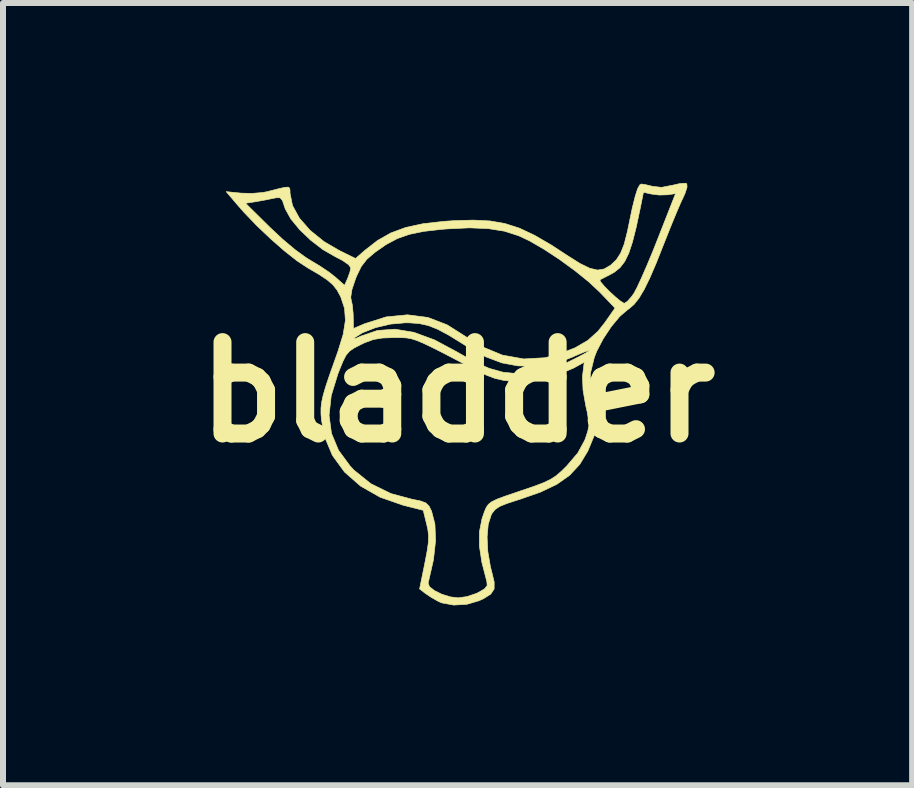
<source format=kicad_pcb>
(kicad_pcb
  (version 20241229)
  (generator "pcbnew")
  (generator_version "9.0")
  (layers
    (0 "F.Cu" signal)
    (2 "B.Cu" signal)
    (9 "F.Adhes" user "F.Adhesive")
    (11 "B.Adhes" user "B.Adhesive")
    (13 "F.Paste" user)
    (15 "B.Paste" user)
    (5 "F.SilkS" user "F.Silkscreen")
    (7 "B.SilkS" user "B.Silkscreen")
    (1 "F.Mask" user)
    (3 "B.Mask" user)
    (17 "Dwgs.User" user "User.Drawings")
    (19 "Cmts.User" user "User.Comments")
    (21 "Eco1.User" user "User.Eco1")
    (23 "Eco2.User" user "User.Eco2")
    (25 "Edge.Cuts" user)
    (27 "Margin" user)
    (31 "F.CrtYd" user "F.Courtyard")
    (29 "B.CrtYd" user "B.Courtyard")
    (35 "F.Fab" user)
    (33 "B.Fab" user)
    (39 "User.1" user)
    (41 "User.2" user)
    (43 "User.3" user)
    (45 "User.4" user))
  (footprint "bladder"
    (layer "F.Cu")
    (at 4.579 3.489)
    (property "Reference" "bladder" (at 0 0 0) (layer "F.SilkS") (effects (font (size 1.524 1.524) (thickness 0.3))))
    (attr through_hole)
    (fp_poly (pts (xy 3.823 -3.475) (xy 3.827 -3.419) (xy 3.795 -3.319) (xy 3.769 -3.261) (xy 3.721 -3.158) (xy 3.651 -2.995) (xy 3.567 -2.792) (xy 3.478 -2.569) (xy 3.445 -2.486) (xy 3.316 -2.16) (xy 3.207 -1.906) (xy 3.112 -1.712) (xy 3.026 -1.568) (xy 2.944 -1.464) (xy 2.86 -1.391) (xy 2.837 -1.376) (xy 2.704 -1.262) (xy 2.563 -1.092) (xy 2.429 -0.89) (xy 2.32 -0.681) (xy 2.28 -0.578) (xy 2.215 -0.313) (xy 2.214 -0.054) (xy 2.276 0.231) (xy 2.28 0.246) (xy 2.322 0.391) (xy 2.338 0.491) (xy 2.327 0.581) (xy 2.29 0.696) (xy 2.287 0.705) (xy 2.173 0.981) (xy 2.038 1.204) (xy 1.869 1.386) (xy 1.655 1.537) (xy 1.382 1.667) (xy 1.038 1.787) (xy 1.005 1.797) (xy 0.823 1.856) (xy 0.703 1.905) (xy 0.628 1.955) (xy 0.578 2.017) (xy 0.562 2.045) (xy 0.512 2.203) (xy 0.493 2.415) (xy 0.505 2.658) (xy 0.548 2.909) (xy 0.57 2.995) (xy 0.611 3.166) (xy 0.61 3.282) (xy 0.555 3.366) (xy 0.439 3.44) (xy 0.36 3.477) (xy 0.156 3.537) (xy -0.063 3.55) (xy -0.261 3.514) (xy -0.318 3.49) (xy -0.439 3.421) (xy -0.539 3.354) (xy -0.633 3.281) (xy -0.546 2.854) (xy -0.507 2.65) (xy -0.486 2.504) (xy -0.483 2.39) (xy -0.496 2.285) (xy -0.516 2.198) (xy -0.572 1.97) (xy -0.911 1.884) (xy -1.29 1.752) (xy -1.617 1.566) (xy -1.884 1.332) (xy -2.086 1.055) (xy -2.218 0.742) (xy -2.269 0.464) (xy -2.275 0.386) (xy -2.142 0.386) (xy -2.102 0.687) (xy -1.985 0.968) (xy -1.789 1.234) (xy -1.728 1.299) (xy -1.446 1.526) (xy -1.11 1.691) (xy -0.759 1.785) (xy -0.613 1.815) (xy -0.527 1.848) (xy -0.474 1.901) (xy -0.433 1.984) (xy -0.377 2.2) (xy -0.366 2.474) (xy -0.401 2.793) (xy -0.481 3.145) (xy -0.491 3.181) (xy -0.469 3.242) (xy -0.385 3.309) (xy -0.262 3.369) (xy -0.121 3.413) (xy 0.012 3.429) (xy 0.154 3.409) (xy 0.308 3.358) (xy 0.345 3.341) (xy 0.451 3.279) (xy 0.494 3.225) (xy 0.489 3.161) (xy 0.405 2.835) (xy 0.364 2.563) (xy 0.365 2.328) (xy 0.407 2.113) (xy 0.449 1.991) (xy 0.478 1.923) (xy 0.513 1.872) (xy 0.568 1.828) (xy 0.656 1.785) (xy 0.793 1.734) (xy 0.993 1.666) (xy 1.051 1.646) (xy 1.273 1.571) (xy 1.433 1.51) (xy 1.551 1.454) (xy 1.645 1.393) (xy 1.735 1.315) (xy 1.82 1.231) (xy 2.005 1.014) (xy 2.12 0.803) (xy 2.133 0.769) (xy 2.172 0.65) (xy 2.19 0.557) (xy 2.186 0.461) (xy 2.162 0.33) (xy 2.138 0.227) (xy 2.093 -0.029) (xy 2.083 -0.247) (xy 2.087 -0.295) (xy 2.112 -0.499) (xy 1.934 -0.401) (xy 1.576 -0.25) (xy 1.195 -0.18) (xy 0.944 -0.179) (xy 0.771 -0.196) (xy 0.625 -0.229) (xy 0.473 -0.287) (xy 0.284 -0.38) (xy -0.017 -0.537) (xy -0.253 -0.66) (xy -0.436 -0.752) (xy -0.575 -0.818) (xy -0.683 -0.863) (xy -0.769 -0.89) (xy -0.845 -0.904) (xy -0.921 -0.909) (xy -1.009 -0.91) (xy -1.058 -0.91) (xy -1.253 -0.903) (xy -1.402 -0.878) (xy -1.547 -0.825) (xy -1.613 -0.793) (xy -1.725 -0.736) (xy -1.802 -0.683) (xy -1.859 -0.615) (xy -1.912 -0.511) (xy -1.976 -0.353) (xy -1.994 -0.307) (xy -2.106 0.057) (xy -2.142 0.386) (xy -2.275 0.386) (xy -2.277 0.359) (xy -2.277 0.265) (xy -2.266 0.168) (xy -2.241 0.054) (xy -2.199 -0.091) (xy -2.136 -0.28) (xy -2.048 -0.528) (xy -1.995 -0.677) (xy -1.93 -0.888) (xy -1.731 -0.888) (xy -1.681 -0.903) (xy -1.61 -0.935) (xy -1.336 -1.029) (xy -1.043 -1.05) (xy -0.728 -0.998) (xy -0.385 -0.872) (xy -0.009 -0.671) (xy -0.006 -0.669) (xy 0.28 -0.507) (xy 0.528 -0.397) (xy 0.757 -0.333) (xy 0.991 -0.309) (xy 1.149 -0.31) (xy 1.325 -0.323) (xy 1.471 -0.351) (xy 1.622 -0.402) (xy 1.808 -0.485) (xy 1.837 -0.499) (xy 2.017 -0.588) (xy 2.136 -0.652) (xy 2.191 -0.688) (xy 2.18 -0.693) (xy 2.1 -0.665) (xy 1.948 -0.6) (xy 1.916 -0.585) (xy 1.698 -0.5) (xy 1.484 -0.453) (xy 1.291 -0.435) (xy 1.008 -0.438) (xy 0.74 -0.488) (xy 0.467 -0.591) (xy 0.169 -0.754) (xy 0.087 -0.806) (xy -0.144 -0.949) (xy -0.329 -1.048) (xy -0.487 -1.111) (xy -0.638 -1.144) (xy -0.804 -1.156) (xy -0.868 -1.157) (xy -1.117 -1.135) (xy -1.367 -1.076) (xy -1.586 -0.99) (xy -1.717 -0.908) (xy -1.731 -0.888) (xy -1.93 -0.888) (xy -1.907 -0.962) (xy -1.87 -1.196) (xy -1.884 -1.397) (xy -1.945 -1.581) (xy -1.781 -1.581) (xy -1.774 -1.543) (xy -1.754 -1.451) (xy -1.741 -1.317) (xy -1.739 -1.261) (xy -1.736 -1.061) (xy -1.552 -1.14) (xy -1.191 -1.255) (xy -0.835 -1.29) (xy -0.494 -1.246) (xy -0.174 -1.123) (xy 0.021 -1) (xy 0.387 -0.767) (xy 0.748 -0.618) (xy 1.104 -0.554) (xy 1.456 -0.574) (xy 1.686 -0.633) (xy 1.96 -0.74) (xy 2.172 -0.863) (xy 2.341 -1.015) (xy 2.456 -1.16) (xy 2.626 -1.403) (xy 2.369 -1.67) (xy 2.187 -1.841) (xy 2.148 -1.872) (xy 2.373 -1.872) (xy 2.387 -1.838) (xy 2.446 -1.768) (xy 2.533 -1.679) (xy 2.63 -1.59) (xy 2.716 -1.519) (xy 2.774 -1.483) (xy 2.781 -1.482) (xy 2.834 -1.515) (xy 2.906 -1.599) (xy 2.944 -1.653) (xy 2.994 -1.748) (xy 3.067 -1.905) (xy 3.156 -2.109) (xy 3.254 -2.343) (xy 3.343 -2.568) (xy 3.635 -3.311) (xy 3.503 -3.291) (xy 3.362 -3.287) (xy 3.235 -3.303) (xy 3.1 -3.333) (xy 3.048 -3.074) (xy 2.98 -2.753) (xy 2.917 -2.504) (xy 2.855 -2.316) (xy 2.787 -2.177) (xy 2.709 -2.076) (xy 2.616 -2.001) (xy 2.552 -1.965) (xy 2.449 -1.912) (xy 2.383 -1.878) (xy 2.373 -1.872) (xy 2.148 -1.872) (xy 1.957 -2.026) (xy 1.702 -2.212) (xy 1.443 -2.382) (xy 1.202 -2.522) (xy 1.022 -2.607) (xy 0.783 -2.684) (xy 0.513 -2.727) (xy 0.198 -2.74) (xy -0.178 -2.722) (xy -0.265 -2.715) (xy -0.564 -2.681) (xy -0.801 -2.632) (xy -1.002 -2.562) (xy -1.19 -2.462) (xy -1.375 -2.333) (xy -1.511 -2.217) (xy -1.605 -2.096) (xy -1.684 -1.933) (xy -1.698 -1.898) (xy -1.761 -1.711) (xy -1.781 -1.581) (xy -1.945 -1.581) (xy -1.946 -1.584) (xy -1.951 -1.595) (xy -2.009 -1.702) (xy -2.078 -1.79) (xy -2.173 -1.872) (xy -2.31 -1.963) (xy -2.499 -2.073) (xy -2.675 -2.189) (xy -2.887 -2.356) (xy -3.116 -2.557) (xy -3.347 -2.776) (xy -3.561 -2.999) (xy -3.655 -3.106) (xy -3.693 -3.15) (xy -3.535 -3.15) (xy -3.13 -2.75) (xy -2.915 -2.549) (xy -2.708 -2.375) (xy -2.526 -2.243) (xy -2.458 -2.201) (xy -2.296 -2.104) (xy -2.14 -1.999) (xy -2.037 -1.918) (xy -1.884 -1.782) (xy -1.833 -1.896) (xy -1.795 -2.001) (xy -1.78 -2.074) (xy -1.817 -2.126) (xy -1.916 -2.195) (xy -2.043 -2.261) (xy -2.246 -2.378) (xy -2.449 -2.534) (xy -2.633 -2.71) (xy -2.78 -2.889) (xy -2.872 -3.054) (xy -2.882 -3.084) (xy -2.919 -3.194) (xy -2.958 -3.241) (xy -3.02 -3.242) (xy -3.066 -3.233) (xy -3.198 -3.206) (xy -3.349 -3.179) (xy -3.365 -3.176) (xy -3.535 -3.15) (xy -3.693 -3.15) (xy -3.858 -3.344) (xy -3.612 -3.319) (xy -3.43 -3.314) (xy -3.249 -3.329) (xy -3.175 -3.343) (xy -2.996 -3.389) (xy -2.884 -3.415) (xy -2.823 -3.419) (xy -2.798 -3.4) (xy -2.793 -3.357) (xy -2.793 -3.318) (xy -2.752 -3.112) (xy -2.637 -2.902) (xy -2.458 -2.698) (xy -2.225 -2.51) (xy -1.973 -2.363) (xy -1.7 -2.229) (xy -1.55 -2.361) (xy -1.336 -2.528) (xy -1.112 -2.655) (xy -0.862 -2.747) (xy -0.57 -2.81) (xy -0.219 -2.849) (xy -0.055 -2.86) (xy 0.266 -2.869) (xy 0.541 -2.855) (xy 0.79 -2.812) (xy 1.031 -2.735) (xy 1.282 -2.617) (xy 1.563 -2.454) (xy 1.829 -2.28) (xy 2.041 -2.146) (xy 2.205 -2.066) (xy 2.334 -2.036) (xy 2.445 -2.054) (xy 2.55 -2.116) (xy 2.556 -2.12) (xy 2.649 -2.209) (xy 2.72 -2.319) (xy 2.779 -2.469) (xy 2.832 -2.677) (xy 2.856 -2.794) (xy 2.913 -3.068) (xy 2.962 -3.265) (xy 3.003 -3.393) (xy 3.04 -3.458) (xy 3.066 -3.471) (xy 3.136 -3.46) (xy 3.243 -3.434) (xy 3.251 -3.432) (xy 3.403 -3.415) (xy 3.586 -3.451) (xy 3.588 -3.451) (xy 3.711 -3.479) (xy 3.8 -3.484) (xy 3.823 -3.475)) (stroke (width 0.01) (type solid)) (fill yes) (layer "F.SilkS")))
  (gr_rect
    (start -3 -3)
    (end 12.159 10.044)
    (stroke (width 0.1) (type default))
    (fill no)
    (layer "Edge.Cuts")))
</source>
